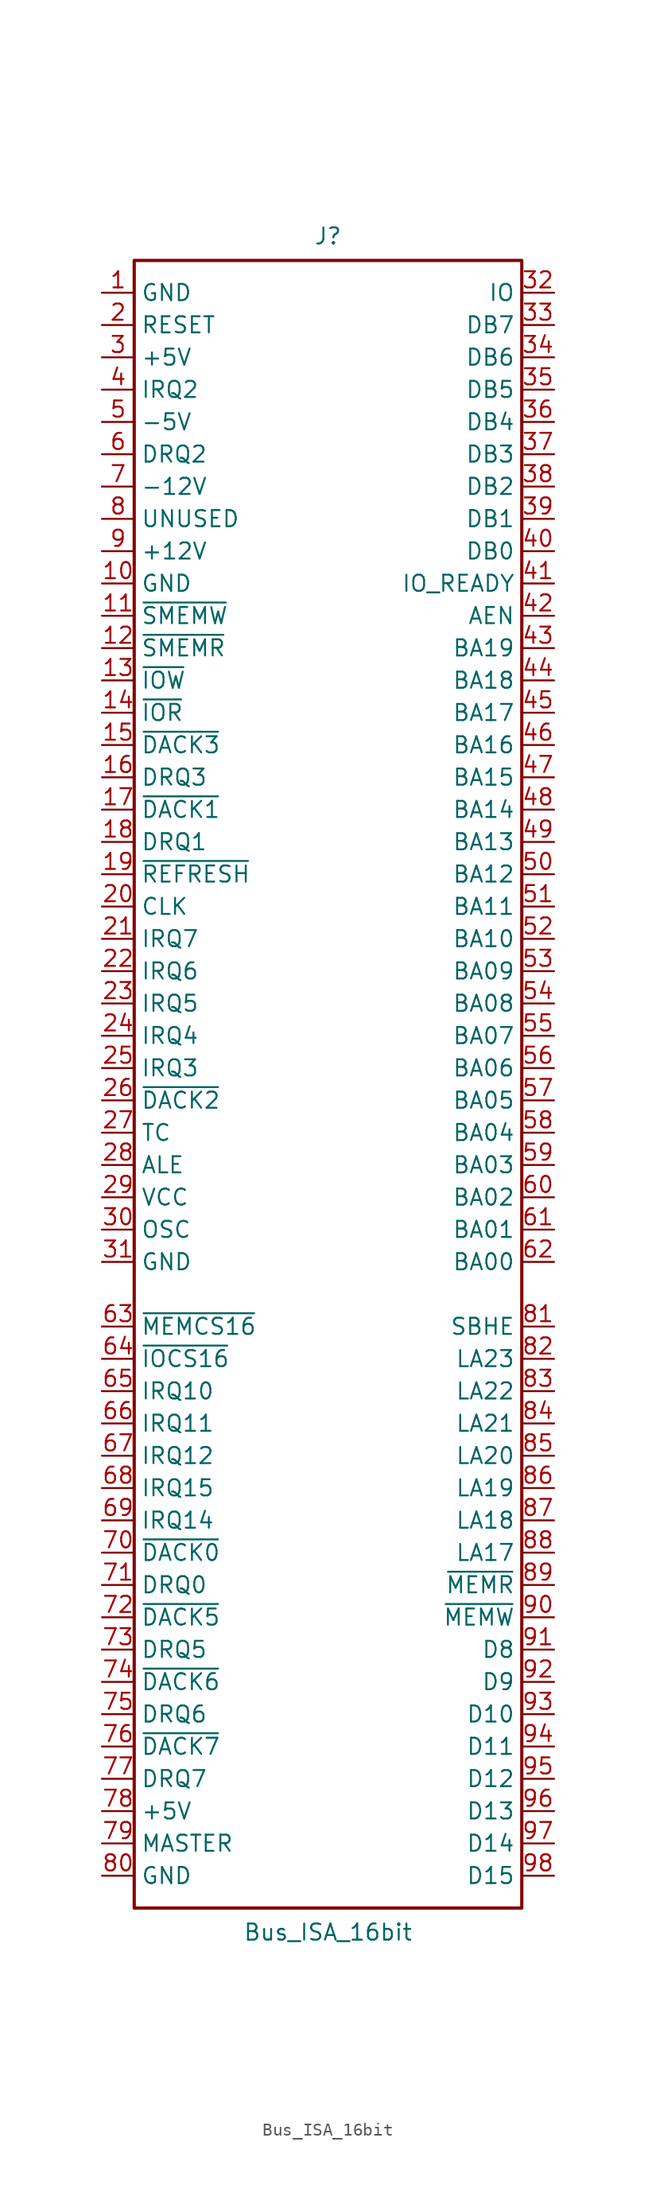
<source format=kicad_sym>
(kicad_symbol_lib
  (version 20211014)
  (generator kicad_symbol_editor)
  (symbol "Bus_ISA_16bit"
    (property "Reference" "J"
      (at 0 67.945 0)
      (effects (font (size 1.27 1.27))))
    (property "Value" "Bus_ISA_16bit"
      (at 0 -65.405 0)
      (effects (font (size 1.27 1.27))))
    (symbol "Bus_ISA_16bit_0_1"
      (rectangle (start -15.24 -63.5) (end 15.24 66.04) (stroke (width 0.254) (type default) (color 0 0 0 0)) (fill (type none))))
    (symbol "Bus_ISA_16bit_1_1"
      (pin power_in line (at -17.78 63.5 0) (length 2.54) (name "GND" (effects (font (size 1.27 1.27)))) (number "1" (effects (font (size 1.27 1.27)))))
      (pin power_in line (at -17.78 40.64 0) (length 2.54) (name "GND" (effects (font (size 1.27 1.27)))) (number "10" (effects (font (size 1.27 1.27)))))
      (pin output line (at -17.78 38.1 0) (length 2.54) (name "~{SMEMW}" (effects (font (size 1.27 1.27)))) (number "11" (effects (font (size 1.27 1.27)))))
      (pin output line (at -17.78 35.56 0) (length 2.54) (name "~{SMEMR}" (effects (font (size 1.27 1.27)))) (number "12" (effects (font (size 1.27 1.27)))))
      (pin output line (at -17.78 33.02 0) (length 2.54) (name "~{IOW}" (effects (font (size 1.27 1.27)))) (number "13" (effects (font (size 1.27 1.27)))))
      (pin output line (at -17.78 30.48 0) (length 2.54) (name "~{IOR}" (effects (font (size 1.27 1.27)))) (number "14" (effects (font (size 1.27 1.27)))))
      (pin passive line (at -17.78 27.94 0) (length 2.54) (name "~{DACK3}" (effects (font (size 1.27 1.27)))) (number "15" (effects (font (size 1.27 1.27)))))
      (pin passive line (at -17.78 25.4 0) (length 2.54) (name "DRQ3" (effects (font (size 1.27 1.27)))) (number "16" (effects (font (size 1.27 1.27)))))
      (pin passive line (at -17.78 22.86 0) (length 2.54) (name "~{DACK1}" (effects (font (size 1.27 1.27)))) (number "17" (effects (font (size 1.27 1.27)))))
      (pin passive line (at -17.78 20.32 0) (length 2.54) (name "DRQ1" (effects (font (size 1.27 1.27)))) (number "18" (effects (font (size 1.27 1.27)))))
      (pin passive line (at -17.78 17.78 0) (length 2.54) (name "~{REFRESH}" (effects (font (size 1.27 1.27)))) (number "19" (effects (font (size 1.27 1.27)))))
      (pin output line (at -17.78 60.96 0) (length 2.54) (name "RESET" (effects (font (size 1.27 1.27)))) (number "2" (effects (font (size 1.27 1.27)))))
      (pin output line (at -17.78 15.24 0) (length 2.54) (name "CLK" (effects (font (size 1.27 1.27)))) (number "20" (effects (font (size 1.27 1.27)))))
      (pin passive line (at -17.78 12.7 0) (length 2.54) (name "IRQ7" (effects (font (size 1.27 1.27)))) (number "21" (effects (font (size 1.27 1.27)))))
      (pin passive line (at -17.78 10.16 0) (length 2.54) (name "IRQ6" (effects (font (size 1.27 1.27)))) (number "22" (effects (font (size 1.27 1.27)))))
      (pin passive line (at -17.78 7.62 0) (length 2.54) (name "IRQ5" (effects (font (size 1.27 1.27)))) (number "23" (effects (font (size 1.27 1.27)))))
      (pin passive line (at -17.78 5.08 0) (length 2.54) (name "IRQ4" (effects (font (size 1.27 1.27)))) (number "24" (effects (font (size 1.27 1.27)))))
      (pin passive line (at -17.78 2.54 0) (length 2.54) (name "IRQ3" (effects (font (size 1.27 1.27)))) (number "25" (effects (font (size 1.27 1.27)))))
      (pin passive line (at -17.78 0 0) (length 2.54) (name "~{DACK2}" (effects (font (size 1.27 1.27)))) (number "26" (effects (font (size 1.27 1.27)))))
      (pin passive line (at -17.78 -2.54 0) (length 2.54) (name "TC" (effects (font (size 1.27 1.27)))) (number "27" (effects (font (size 1.27 1.27)))))
      (pin output line (at -17.78 -5.08 0) (length 2.54) (name "ALE" (effects (font (size 1.27 1.27)))) (number "28" (effects (font (size 1.27 1.27)))))
      (pin power_in line (at -17.78 -7.62 0) (length 2.54) (name "VCC" (effects (font (size 1.27 1.27)))) (number "29" (effects (font (size 1.27 1.27)))))
      (pin power_in line (at -17.78 58.42 0) (length 2.54) (name "+5V" (effects (font (size 1.27 1.27)))) (number "3" (effects (font (size 1.27 1.27)))))
      (pin output line (at -17.78 -10.16 0) (length 2.54) (name "OSC" (effects (font (size 1.27 1.27)))) (number "30" (effects (font (size 1.27 1.27)))))
      (pin power_in line (at -17.78 -12.7 0) (length 2.54) (name "GND" (effects (font (size 1.27 1.27)))) (number "31" (effects (font (size 1.27 1.27)))))
      (pin passive line (at 17.78 63.5 180) (length 2.54) (name "IO" (effects (font (size 1.27 1.27)))) (number "32" (effects (font (size 1.27 1.27)))))
      (pin tri_state line (at 17.78 60.96 180) (length 2.54) (name "DB7" (effects (font (size 1.27 1.27)))) (number "33" (effects (font (size 1.27 1.27)))))
      (pin tri_state line (at 17.78 58.42 180) (length 2.54) (name "DB6" (effects (font (size 1.27 1.27)))) (number "34" (effects (font (size 1.27 1.27)))))
      (pin tri_state line (at 17.78 55.88 180) (length 2.54) (name "DB5" (effects (font (size 1.27 1.27)))) (number "35" (effects (font (size 1.27 1.27)))))
      (pin tri_state line (at 17.78 53.34 180) (length 2.54) (name "DB4" (effects (font (size 1.27 1.27)))) (number "36" (effects (font (size 1.27 1.27)))))
      (pin tri_state line (at 17.78 50.8 180) (length 2.54) (name "DB3" (effects (font (size 1.27 1.27)))) (number "37" (effects (font (size 1.27 1.27)))))
      (pin tri_state line (at 17.78 48.26 180) (length 2.54) (name "DB2" (effects (font (size 1.27 1.27)))) (number "38" (effects (font (size 1.27 1.27)))))
      (pin tri_state line (at 17.78 45.72 180) (length 2.54) (name "DB1" (effects (font (size 1.27 1.27)))) (number "39" (effects (font (size 1.27 1.27)))))
      (pin passive line (at -17.78 55.88 0) (length 2.54) (name "IRQ2" (effects (font (size 1.27 1.27)))) (number "4" (effects (font (size 1.27 1.27)))))
      (pin tri_state line (at 17.78 43.18 180) (length 2.54) (name "DB0" (effects (font (size 1.27 1.27)))) (number "40" (effects (font (size 1.27 1.27)))))
      (pin passive line (at 17.78 40.64 180) (length 2.54) (name "IO_READY" (effects (font (size 1.27 1.27)))) (number "41" (effects (font (size 1.27 1.27)))))
      (pin output line (at 17.78 38.1 180) (length 2.54) (name "AEN" (effects (font (size 1.27 1.27)))) (number "42" (effects (font (size 1.27 1.27)))))
      (pin tri_state line (at 17.78 35.56 180) (length 2.54) (name "BA19" (effects (font (size 1.27 1.27)))) (number "43" (effects (font (size 1.27 1.27)))))
      (pin tri_state line (at 17.78 33.02 180) (length 2.54) (name "BA18" (effects (font (size 1.27 1.27)))) (number "44" (effects (font (size 1.27 1.27)))))
      (pin tri_state line (at 17.78 30.48 180) (length 2.54) (name "BA17" (effects (font (size 1.27 1.27)))) (number "45" (effects (font (size 1.27 1.27)))))
      (pin tri_state line (at 17.78 27.94 180) (length 2.54) (name "BA16" (effects (font (size 1.27 1.27)))) (number "46" (effects (font (size 1.27 1.27)))))
      (pin tri_state line (at 17.78 25.4 180) (length 2.54) (name "BA15" (effects (font (size 1.27 1.27)))) (number "47" (effects (font (size 1.27 1.27)))))
      (pin tri_state line (at 17.78 22.86 180) (length 2.54) (name "BA14" (effects (font (size 1.27 1.27)))) (number "48" (effects (font (size 1.27 1.27)))))
      (pin tri_state line (at 17.78 20.32 180) (length 2.54) (name "BA13" (effects (font (size 1.27 1.27)))) (number "49" (effects (font (size 1.27 1.27)))))
      (pin power_in line (at -17.78 53.34 0) (length 2.54) (name "-5V" (effects (font (size 1.27 1.27)))) (number "5" (effects (font (size 1.27 1.27)))))
      (pin tri_state line (at 17.78 17.78 180) (length 2.54) (name "BA12" (effects (font (size 1.27 1.27)))) (number "50" (effects (font (size 1.27 1.27)))))
      (pin tri_state line (at 17.78 15.24 180) (length 2.54) (name "BA11" (effects (font (size 1.27 1.27)))) (number "51" (effects (font (size 1.27 1.27)))))
      (pin tri_state line (at 17.78 12.7 180) (length 2.54) (name "BA10" (effects (font (size 1.27 1.27)))) (number "52" (effects (font (size 1.27 1.27)))))
      (pin tri_state line (at 17.78 10.16 180) (length 2.54) (name "BA09" (effects (font (size 1.27 1.27)))) (number "53" (effects (font (size 1.27 1.27)))))
      (pin tri_state line (at 17.78 7.62 180) (length 2.54) (name "BA08" (effects (font (size 1.27 1.27)))) (number "54" (effects (font (size 1.27 1.27)))))
      (pin tri_state line (at 17.78 5.08 180) (length 2.54) (name "BA07" (effects (font (size 1.27 1.27)))) (number "55" (effects (font (size 1.27 1.27)))))
      (pin tri_state line (at 17.78 2.54 180) (length 2.54) (name "BA06" (effects (font (size 1.27 1.27)))) (number "56" (effects (font (size 1.27 1.27)))))
      (pin tri_state line (at 17.78 0 180) (length 2.54) (name "BA05" (effects (font (size 1.27 1.27)))) (number "57" (effects (font (size 1.27 1.27)))))
      (pin tri_state line (at 17.78 -2.54 180) (length 2.54) (name "BA04" (effects (font (size 1.27 1.27)))) (number "58" (effects (font (size 1.27 1.27)))))
      (pin tri_state line (at 17.78 -5.08 180) (length 2.54) (name "BA03" (effects (font (size 1.27 1.27)))) (number "59" (effects (font (size 1.27 1.27)))))
      (pin passive line (at -17.78 50.8 0) (length 2.54) (name "DRQ2" (effects (font (size 1.27 1.27)))) (number "6" (effects (font (size 1.27 1.27)))))
      (pin tri_state line (at 17.78 -7.62 180) (length 2.54) (name "BA02" (effects (font (size 1.27 1.27)))) (number "60" (effects (font (size 1.27 1.27)))))
      (pin tri_state line (at 17.78 -10.16 180) (length 2.54) (name "BA01" (effects (font (size 1.27 1.27)))) (number "61" (effects (font (size 1.27 1.27)))))
      (pin tri_state line (at 17.78 -12.7 180) (length 2.54) (name "BA00" (effects (font (size 1.27 1.27)))) (number "62" (effects (font (size 1.27 1.27)))))
      (pin passive line (at -17.78 -17.78 0) (length 2.54) (name "~{MEMCS16}" (effects (font (size 1.27 1.27)))) (number "63" (effects (font (size 1.27 1.27)))))
      (pin passive line (at -17.78 -20.32 0) (length 2.54) (name "~{IOCS16}" (effects (font (size 1.27 1.27)))) (number "64" (effects (font (size 1.27 1.27)))))
      (pin passive line (at -17.78 -22.86 0) (length 2.54) (name "IRQ10" (effects (font (size 1.27 1.27)))) (number "65" (effects (font (size 1.27 1.27)))))
      (pin passive line (at -17.78 -25.4 0) (length 2.54) (name "IRQ11" (effects (font (size 1.27 1.27)))) (number "66" (effects (font (size 1.27 1.27)))))
      (pin passive line (at -17.78 -27.94 0) (length 2.54) (name "IRQ12" (effects (font (size 1.27 1.27)))) (number "67" (effects (font (size 1.27 1.27)))))
      (pin passive line (at -17.78 -30.48 0) (length 2.54) (name "IRQ15" (effects (font (size 1.27 1.27)))) (number "68" (effects (font (size 1.27 1.27)))))
      (pin passive line (at -17.78 -33.02 0) (length 2.54) (name "IRQ14" (effects (font (size 1.27 1.27)))) (number "69" (effects (font (size 1.27 1.27)))))
      (pin power_in line (at -17.78 48.26 0) (length 2.54) (name "-12V" (effects (font (size 1.27 1.27)))) (number "7" (effects (font (size 1.27 1.27)))))
      (pin output line (at -17.78 -35.56 0) (length 2.54) (name "~{DACK0}" (effects (font (size 1.27 1.27)))) (number "70" (effects (font (size 1.27 1.27)))))
      (pin passive line (at -17.78 -38.1 0) (length 2.54) (name "DRQ0" (effects (font (size 1.27 1.27)))) (number "71" (effects (font (size 1.27 1.27)))))
      (pin output line (at -17.78 -40.64 0) (length 2.54) (name "~{DACK5}" (effects (font (size 1.27 1.27)))) (number "72" (effects (font (size 1.27 1.27)))))
      (pin passive line (at -17.78 -43.18 0) (length 2.54) (name "DRQ5" (effects (font (size 1.27 1.27)))) (number "73" (effects (font (size 1.27 1.27)))))
      (pin output line (at -17.78 -45.72 0) (length 2.54) (name "~{DACK6}" (effects (font (size 1.27 1.27)))) (number "74" (effects (font (size 1.27 1.27)))))
      (pin passive line (at -17.78 -48.26 0) (length 2.54) (name "DRQ6" (effects (font (size 1.27 1.27)))) (number "75" (effects (font (size 1.27 1.27)))))
      (pin output line (at -17.78 -50.8 0) (length 2.54) (name "~{DACK7}" (effects (font (size 1.27 1.27)))) (number "76" (effects (font (size 1.27 1.27)))))
      (pin passive line (at -17.78 -53.34 0) (length 2.54) (name "DRQ7" (effects (font (size 1.27 1.27)))) (number "77" (effects (font (size 1.27 1.27)))))
      (pin power_in line (at -17.78 -55.88 0) (length 2.54) (name "+5V" (effects (font (size 1.27 1.27)))) (number "78" (effects (font (size 1.27 1.27)))))
      (pin passive line (at -17.78 -58.42 0) (length 2.54) (name "MASTER" (effects (font (size 1.27 1.27)))) (number "79" (effects (font (size 1.27 1.27)))))
      (pin passive line (at -17.78 45.72 0) (length 2.54) (name "UNUSED" (effects (font (size 1.27 1.27)))) (number "8" (effects (font (size 1.27 1.27)))))
      (pin power_in line (at -17.78 -60.96 0) (length 2.54) (name "GND" (effects (font (size 1.27 1.27)))) (number "80" (effects (font (size 1.27 1.27)))))
      (pin passive line (at 17.78 -17.78 180) (length 2.54) (name "SBHE" (effects (font (size 1.27 1.27)))) (number "81" (effects (font (size 1.27 1.27)))))
      (pin passive line (at 17.78 -20.32 180) (length 2.54) (name "LA23" (effects (font (size 1.27 1.27)))) (number "82" (effects (font (size 1.27 1.27)))))
      (pin passive line (at 17.78 -22.86 180) (length 2.54) (name "LA22" (effects (font (size 1.27 1.27)))) (number "83" (effects (font (size 1.27 1.27)))))
      (pin passive line (at 17.78 -25.4 180) (length 2.54) (name "LA21" (effects (font (size 1.27 1.27)))) (number "84" (effects (font (size 1.27 1.27)))))
      (pin passive line (at 17.78 -27.94 180) (length 2.54) (name "LA20" (effects (font (size 1.27 1.27)))) (number "85" (effects (font (size 1.27 1.27)))))
      (pin passive line (at 17.78 -30.48 180) (length 2.54) (name "LA19" (effects (font (size 1.27 1.27)))) (number "86" (effects (font (size 1.27 1.27)))))
      (pin passive line (at 17.78 -33.02 180) (length 2.54) (name "LA18" (effects (font (size 1.27 1.27)))) (number "87" (effects (font (size 1.27 1.27)))))
      (pin passive line (at 17.78 -35.56 180) (length 2.54) (name "LA17" (effects (font (size 1.27 1.27)))) (number "88" (effects (font (size 1.27 1.27)))))
      (pin output line (at 17.78 -38.1 180) (length 2.54) (name "~{MEMR}" (effects (font (size 1.27 1.27)))) (number "89" (effects (font (size 1.27 1.27)))))
      (pin power_in line (at -17.78 43.18 0) (length 2.54) (name "+12V" (effects (font (size 1.27 1.27)))) (number "9" (effects (font (size 1.27 1.27)))))
      (pin output line (at 17.78 -40.64 180) (length 2.54) (name "~{MEMW}" (effects (font (size 1.27 1.27)))) (number "90" (effects (font (size 1.27 1.27)))))
      (pin tri_state line (at 17.78 -43.18 180) (length 2.54) (name "D8" (effects (font (size 1.27 1.27)))) (number "91" (effects (font (size 1.27 1.27)))))
      (pin tri_state line (at 17.78 -45.72 180) (length 2.54) (name "D9" (effects (font (size 1.27 1.27)))) (number "92" (effects (font (size 1.27 1.27)))))
      (pin tri_state line (at 17.78 -48.26 180) (length 2.54) (name "D10" (effects (font (size 1.27 1.27)))) (number "93" (effects (font (size 1.27 1.27)))))
      (pin tri_state line (at 17.78 -50.8 180) (length 2.54) (name "D11" (effects (font (size 1.27 1.27)))) (number "94" (effects (font (size 1.27 1.27)))))
      (pin tri_state line (at 17.78 -53.34 180) (length 2.54) (name "D12" (effects (font (size 1.27 1.27)))) (number "95" (effects (font (size 1.27 1.27)))))
      (pin tri_state line (at 17.78 -55.88 180) (length 2.54) (name "D13" (effects (font (size 1.27 1.27)))) (number "96" (effects (font (size 1.27 1.27)))))
      (pin tri_state line (at 17.78 -58.42 180) (length 2.54) (name "D14" (effects (font (size 1.27 1.27)))) (number "97" (effects (font (size 1.27 1.27)))))
      (pin tri_state line (at 17.78 -60.96 180) (length 2.54) (name "D15" (effects (font (size 1.27 1.27)))) (number "98" (effects (font (size 1.27 1.27))))))))
</source>
